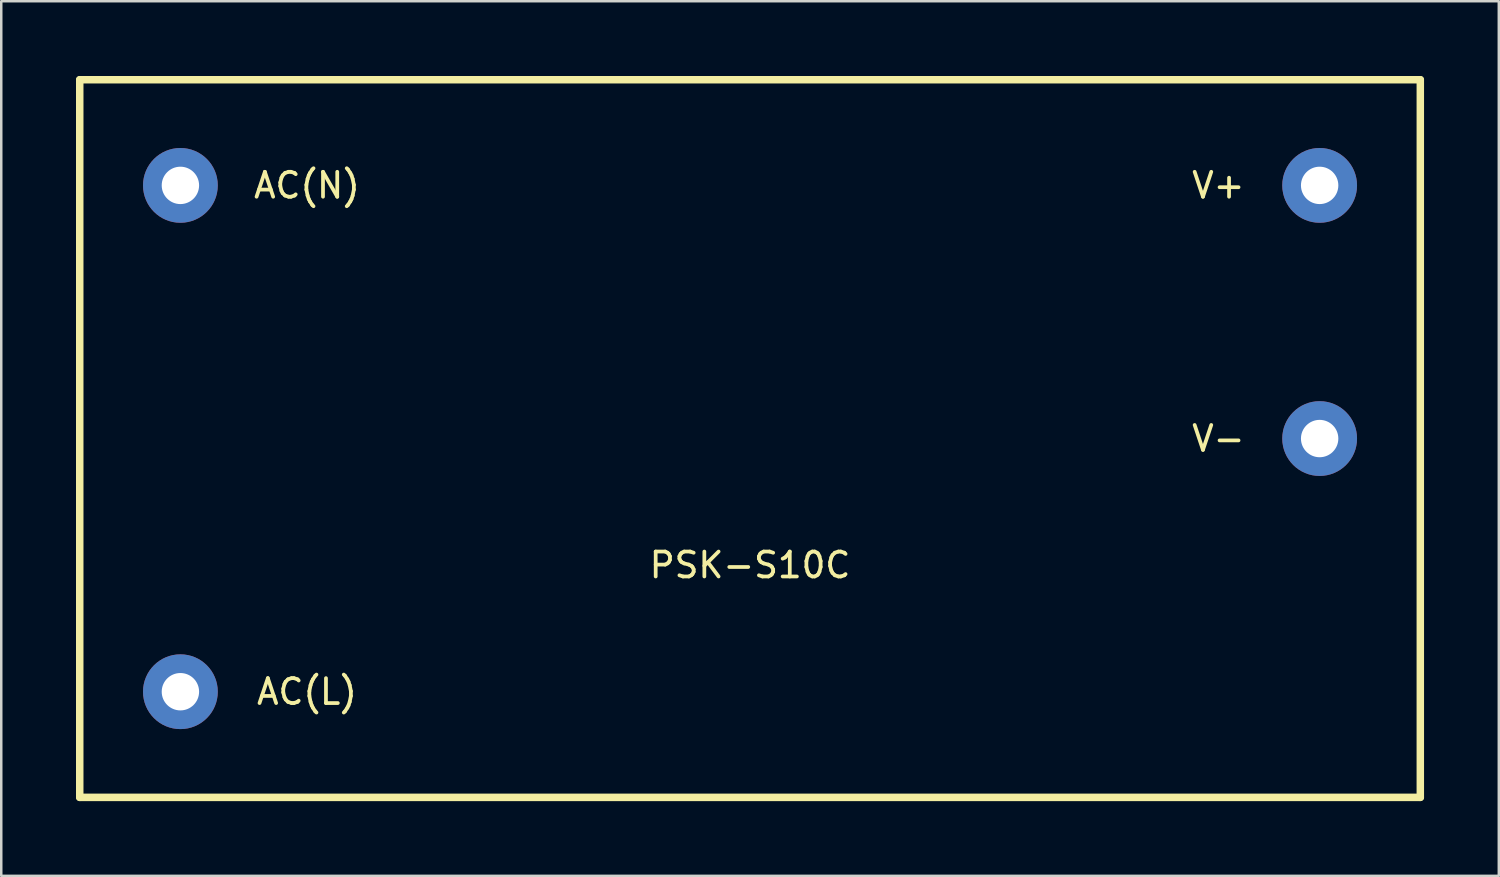
<source format=kicad_pcb>
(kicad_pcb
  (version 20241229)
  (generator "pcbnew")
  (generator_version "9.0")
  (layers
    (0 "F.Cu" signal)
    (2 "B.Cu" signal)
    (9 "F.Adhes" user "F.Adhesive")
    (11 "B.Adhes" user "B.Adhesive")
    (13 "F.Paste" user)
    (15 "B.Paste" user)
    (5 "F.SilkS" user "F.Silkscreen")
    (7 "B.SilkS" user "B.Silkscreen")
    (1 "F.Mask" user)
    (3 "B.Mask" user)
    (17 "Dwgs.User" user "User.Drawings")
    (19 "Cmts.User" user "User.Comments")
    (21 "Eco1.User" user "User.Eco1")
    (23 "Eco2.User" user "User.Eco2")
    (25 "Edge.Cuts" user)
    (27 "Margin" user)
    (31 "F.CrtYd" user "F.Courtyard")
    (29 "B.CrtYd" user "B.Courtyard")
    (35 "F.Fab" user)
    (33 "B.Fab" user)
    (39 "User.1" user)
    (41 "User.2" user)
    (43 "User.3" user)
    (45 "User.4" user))
  (footprint "PSK-S10C"
    (layer "F.Cu")
    (at 27.05 14.55)
    (property "Reference" "PSK-S10C" (at 0 5.08 0) (layer "F.SilkS") (effects (font (size 1 1) (thickness 0.15))))
    (attr through_hole)
    (fp_line (start -26.9 -14.4) (end 26.9 -14.4) (stroke (width 0.3) (type solid)) (layer "F.SilkS"))
    (fp_line (start -26.9 14.4) (end -26.9 -14.4) (stroke (width 0.3) (type solid)) (layer "F.SilkS"))
    (fp_line (start 26.9 -14.4) (end 26.9 14.4) (stroke (width 0.3) (type solid)) (layer "F.SilkS"))
    (fp_line (start 26.9 14.4) (end -26.9 14.4) (stroke (width 0.3) (type solid)) (layer "F.SilkS"))
    (fp_text user "V+" (at 18.796 -10.16 0) (layer "F.SilkS") (effects (font (size 1 1) (thickness 0.15))))
    (fp_text user "AC(N)" (at -17.78 -10.16 0) (layer "F.SilkS") (effects (font (size 1 1) (thickness 0.15))))
    (fp_text user "AC(L)" (at -17.78 10.16 0) (layer "F.SilkS") (effects (font (size 1 1) (thickness 0.15))))
    (fp_text user "V-" (at 18.796 0 0) (layer "F.SilkS") (effects (font (size 1 1) (thickness 0.15))))
    (pad "1" thru_hole circle (at -22.86 -10.16) (size 3 3) (drill 1.5) (layers "*.Cu" "*.Mask"))
    (pad "2" thru_hole circle (at -22.86 10.16) (size 3 3) (drill 1.5) (layers "*.Cu" "*.Mask"))
    (pad "3" thru_hole circle (at 22.86 0) (size 3 3) (drill 1.5) (layers "*.Cu" "*.Mask"))
    (pad "4" thru_hole circle (at 22.86 -10.16) (size 3 3) (drill 1.5) (layers "*.Cu" "*.Mask")))
  (gr_rect
    (start -3 -3)
    (end 57.1 32.1)
    (stroke (width 0.1) (type default))
    (fill no)
    (layer "Edge.Cuts")))
</source>
